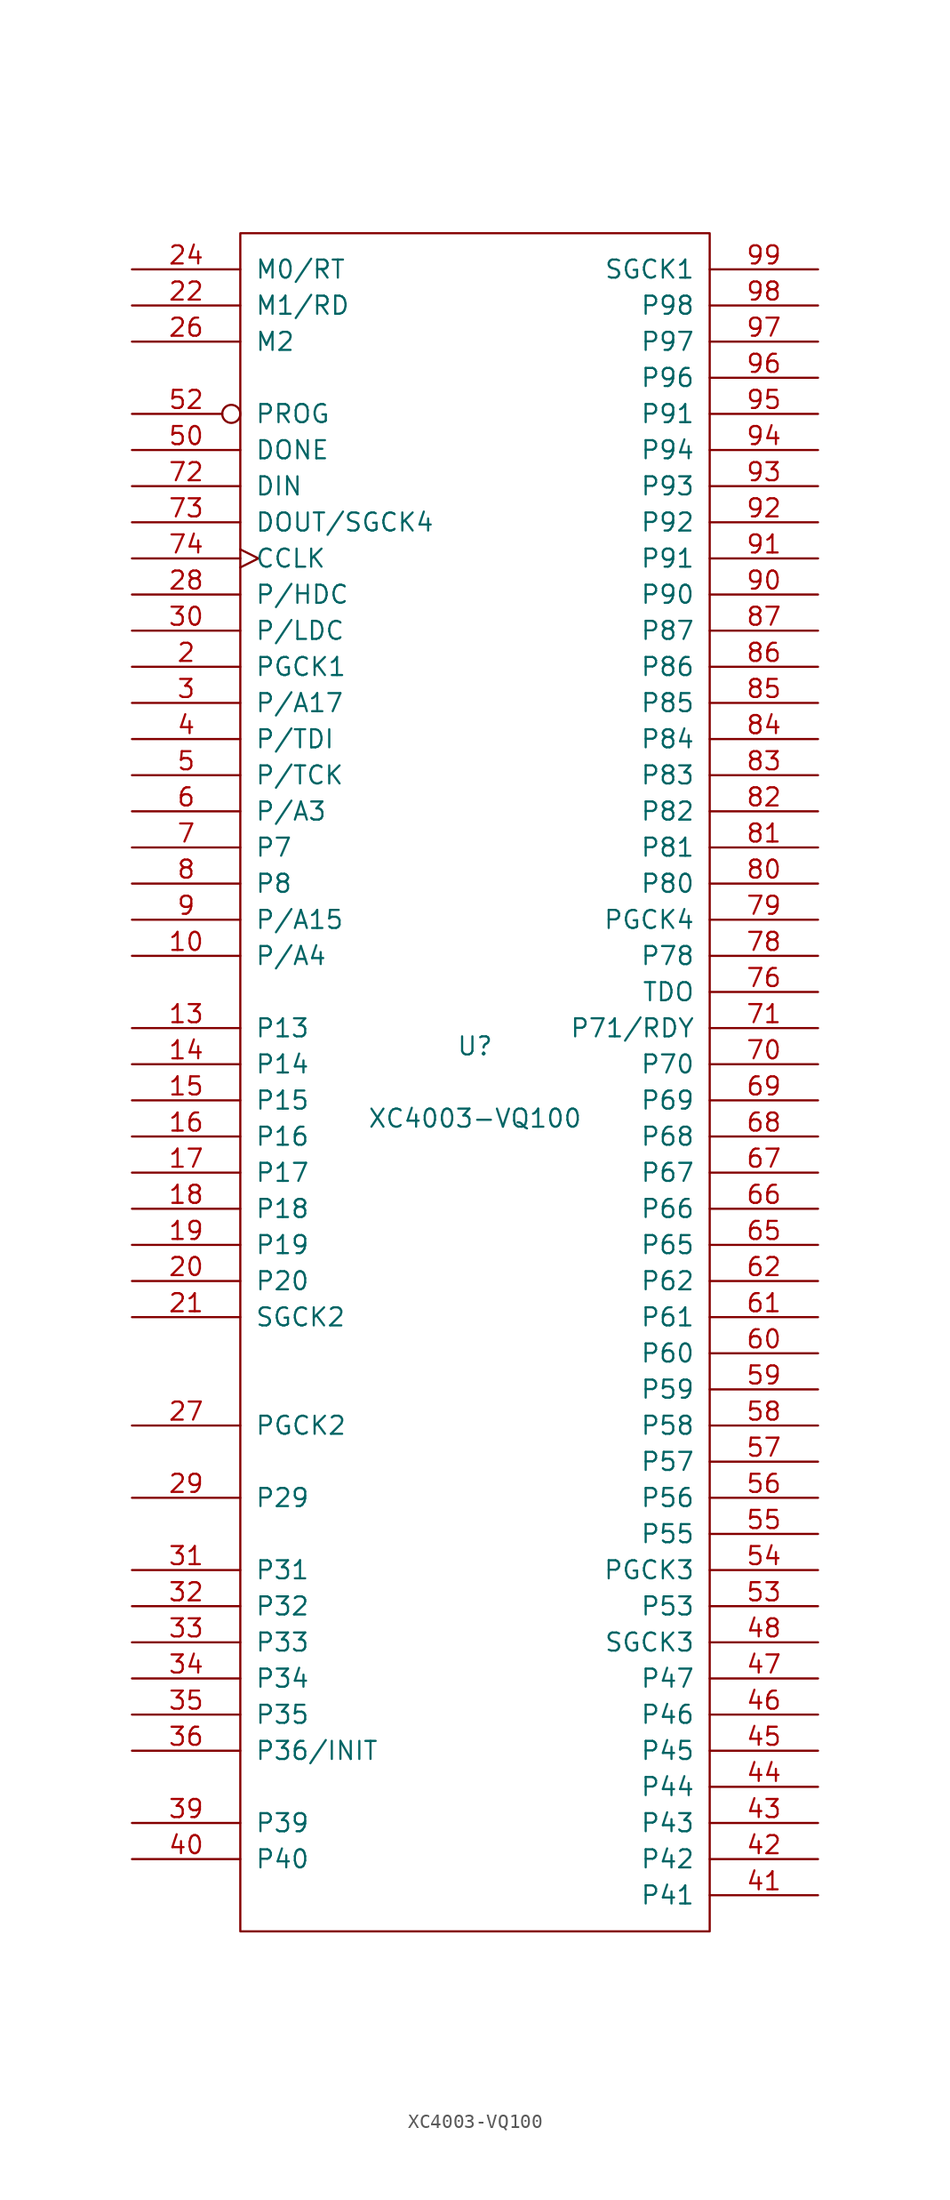
<source format=kicad_sym>
(kicad_symbol_lib
  (version 20211014)
  (generator kicad_symbol_editor)
  (symbol "XC4003-VQ100"
    (pin_names
      (offset 1.016))
    (property "Reference" "U"
      (at 0 2.54 0)
      (effects (font (size 1.27 1.27))))
    (property "Value" "XC4003-VQ100"
      (at 0 -2.54 0)
      (effects (font (size 1.27 1.27))))
    (symbol "XC4003-VQ100_0_1"
      (rectangle (start -16.51 -59.69) (end 16.51 59.69) (stroke (width 0) (type default) (color 0 0 0 0)) (fill (type none))))
    (symbol "XC4003-VQ100_1_1"
      (pin power_in line (at -13.97 -59.69 90) (length 0) hide (name "GND" (effects (font (size 1.27 1.27)))) (number "1" (effects (font (size 1.27 1.27)))))
      (pin passive line (at -24.13 8.89 0) (length 7.62) (name "P/A4" (effects (font (size 1.27 1.27)))) (number "10" (effects (font (size 1.27 1.27)))))
      (pin power_in line (at 3.81 59.69 270) (length 0) hide (name "VCC" (effects (font (size 1.27 1.27)))) (number "100" (effects (font (size 1.27 1.27)))))
      (pin power_in line (at -11.43 -59.69 90) (length 0) hide (name "GND" (effects (font (size 1.27 1.27)))) (number "11" (effects (font (size 1.27 1.27)))))
      (pin power_in line (at -13.97 59.69 270) (length 0) hide (name "VCC" (effects (font (size 1.27 1.27)))) (number "12" (effects (font (size 1.27 1.27)))))
      (pin bidirectional line (at -24.13 3.81 0) (length 7.62) (name "P13" (effects (font (size 1.27 1.27)))) (number "13" (effects (font (size 1.27 1.27)))))
      (pin passive line (at -24.13 1.27 0) (length 7.62) (name "P14" (effects (font (size 1.27 1.27)))) (number "14" (effects (font (size 1.27 1.27)))))
      (pin passive line (at -24.13 -1.27 0) (length 7.62) (name "P15" (effects (font (size 1.27 1.27)))) (number "15" (effects (font (size 1.27 1.27)))))
      (pin passive line (at -24.13 -3.81 0) (length 7.62) (name "P16" (effects (font (size 1.27 1.27)))) (number "16" (effects (font (size 1.27 1.27)))))
      (pin passive line (at -24.13 -6.35 0) (length 7.62) (name "P17" (effects (font (size 1.27 1.27)))) (number "17" (effects (font (size 1.27 1.27)))))
      (pin passive line (at -24.13 -8.89 0) (length 7.62) (name "P18" (effects (font (size 1.27 1.27)))) (number "18" (effects (font (size 1.27 1.27)))))
      (pin passive line (at -24.13 -11.43 0) (length 7.62) (name "P19" (effects (font (size 1.27 1.27)))) (number "19" (effects (font (size 1.27 1.27)))))
      (pin passive line (at -24.13 29.21 0) (length 7.62) (name "PGCK1" (effects (font (size 1.27 1.27)))) (number "2" (effects (font (size 1.27 1.27)))))
      (pin passive line (at -24.13 -13.97 0) (length 7.62) (name "P20" (effects (font (size 1.27 1.27)))) (number "20" (effects (font (size 1.27 1.27)))))
      (pin passive line (at -24.13 -16.51 0) (length 7.62) (name "SGCK2" (effects (font (size 1.27 1.27)))) (number "21" (effects (font (size 1.27 1.27)))))
      (pin input line (at -24.13 54.61 0) (length 7.62) (name "M1/RD" (effects (font (size 1.27 1.27)))) (number "22" (effects (font (size 1.27 1.27)))))
      (pin power_in line (at -8.89 -59.69 90) (length 0) hide (name "GND" (effects (font (size 1.27 1.27)))) (number "23" (effects (font (size 1.27 1.27)))))
      (pin input line (at -24.13 57.15 0) (length 7.62) (name "M0/RT" (effects (font (size 1.27 1.27)))) (number "24" (effects (font (size 1.27 1.27)))))
      (pin power_in line (at -11.43 59.69 270) (length 0) hide (name "VCC" (effects (font (size 1.27 1.27)))) (number "25" (effects (font (size 1.27 1.27)))))
      (pin passive line (at -24.13 52.07 0) (length 7.62) (name "M2" (effects (font (size 1.27 1.27)))) (number "26" (effects (font (size 1.27 1.27)))))
      (pin passive line (at -24.13 -24.13 0) (length 7.62) (name "PGCK2" (effects (font (size 1.27 1.27)))) (number "27" (effects (font (size 1.27 1.27)))))
      (pin passive line (at -24.13 34.29 0) (length 7.62) (name "P/HDC" (effects (font (size 1.27 1.27)))) (number "28" (effects (font (size 1.27 1.27)))))
      (pin passive line (at -24.13 -29.21 0) (length 7.62) (name "P29" (effects (font (size 1.27 1.27)))) (number "29" (effects (font (size 1.27 1.27)))))
      (pin passive line (at -24.13 26.67 0) (length 7.62) (name "P/A17" (effects (font (size 1.27 1.27)))) (number "3" (effects (font (size 1.27 1.27)))))
      (pin passive line (at -24.13 31.75 0) (length 7.62) (name "P/LDC" (effects (font (size 1.27 1.27)))) (number "30" (effects (font (size 1.27 1.27)))))
      (pin passive line (at -24.13 -34.29 0) (length 7.62) (name "P31" (effects (font (size 1.27 1.27)))) (number "31" (effects (font (size 1.27 1.27)))))
      (pin passive line (at -24.13 -36.83 0) (length 7.62) (name "P32" (effects (font (size 1.27 1.27)))) (number "32" (effects (font (size 1.27 1.27)))))
      (pin passive line (at -24.13 -39.37 0) (length 7.62) (name "P33" (effects (font (size 1.27 1.27)))) (number "33" (effects (font (size 1.27 1.27)))))
      (pin passive line (at -24.13 -41.91 0) (length 7.62) (name "P34" (effects (font (size 1.27 1.27)))) (number "34" (effects (font (size 1.27 1.27)))))
      (pin passive line (at -24.13 -44.45 0) (length 7.62) (name "P35" (effects (font (size 1.27 1.27)))) (number "35" (effects (font (size 1.27 1.27)))))
      (pin passive line (at -24.13 -46.99 0) (length 7.62) (name "P36/INIT" (effects (font (size 1.27 1.27)))) (number "36" (effects (font (size 1.27 1.27)))))
      (pin power_in line (at -8.89 59.69 270) (length 0) hide (name "VCC" (effects (font (size 1.27 1.27)))) (number "37" (effects (font (size 1.27 1.27)))))
      (pin power_in line (at -6.35 -59.69 90) (length 0) hide (name "GND" (effects (font (size 1.27 1.27)))) (number "38" (effects (font (size 1.27 1.27)))))
      (pin passive line (at -24.13 -52.07 0) (length 7.62) (name "P39" (effects (font (size 1.27 1.27)))) (number "39" (effects (font (size 1.27 1.27)))))
      (pin passive line (at -24.13 24.13 0) (length 7.62) (name "P/TDI" (effects (font (size 1.27 1.27)))) (number "4" (effects (font (size 1.27 1.27)))))
      (pin passive line (at -24.13 -54.61 0) (length 7.62) (name "P40" (effects (font (size 1.27 1.27)))) (number "40" (effects (font (size 1.27 1.27)))))
      (pin passive line (at 24.13 -57.15 180) (length 7.62) (name "P41" (effects (font (size 1.27 1.27)))) (number "41" (effects (font (size 1.27 1.27)))))
      (pin passive line (at 24.13 -54.61 180) (length 7.62) (name "P42" (effects (font (size 1.27 1.27)))) (number "42" (effects (font (size 1.27 1.27)))))
      (pin passive line (at 24.13 -52.07 180) (length 7.62) (name "P43" (effects (font (size 1.27 1.27)))) (number "43" (effects (font (size 1.27 1.27)))))
      (pin passive line (at 24.13 -49.53 180) (length 7.62) (name "P44" (effects (font (size 1.27 1.27)))) (number "44" (effects (font (size 1.27 1.27)))))
      (pin passive line (at 24.13 -46.99 180) (length 7.62) (name "P45" (effects (font (size 1.27 1.27)))) (number "45" (effects (font (size 1.27 1.27)))))
      (pin passive line (at 24.13 -44.45 180) (length 7.62) (name "P46" (effects (font (size 1.27 1.27)))) (number "46" (effects (font (size 1.27 1.27)))))
      (pin passive line (at 24.13 -41.91 180) (length 7.62) (name "P47" (effects (font (size 1.27 1.27)))) (number "47" (effects (font (size 1.27 1.27)))))
      (pin passive line (at 24.13 -39.37 180) (length 7.62) (name "SGCK3" (effects (font (size 1.27 1.27)))) (number "48" (effects (font (size 1.27 1.27)))))
      (pin power_in line (at -3.81 -59.69 90) (length 0) hide (name "GND" (effects (font (size 1.27 1.27)))) (number "49" (effects (font (size 1.27 1.27)))))
      (pin passive line (at -24.13 21.59 0) (length 7.62) (name "P/TCK" (effects (font (size 1.27 1.27)))) (number "5" (effects (font (size 1.27 1.27)))))
      (pin open_collector line (at -24.13 44.45 0) (length 7.62) (name "DONE" (effects (font (size 1.27 1.27)))) (number "50" (effects (font (size 1.27 1.27)))))
      (pin power_in line (at -6.35 59.69 270) (length 0) hide (name "VCC" (effects (font (size 1.27 1.27)))) (number "51" (effects (font (size 1.27 1.27)))))
      (pin input inverted (at -24.13 46.99 0) (length 7.62) (name "PROG" (effects (font (size 1.27 1.27)))) (number "52" (effects (font (size 1.27 1.27)))))
      (pin bidirectional line (at 24.13 -36.83 180) (length 7.62) (name "P53" (effects (font (size 1.27 1.27)))) (number "53" (effects (font (size 1.27 1.27)))))
      (pin bidirectional line (at 24.13 -34.29 180) (length 7.62) (name "PGCK3" (effects (font (size 1.27 1.27)))) (number "54" (effects (font (size 1.27 1.27)))))
      (pin passive line (at 24.13 -31.75 180) (length 7.62) (name "P55" (effects (font (size 1.27 1.27)))) (number "55" (effects (font (size 1.27 1.27)))))
      (pin bidirectional line (at 24.13 -29.21 180) (length 7.62) (name "P56" (effects (font (size 1.27 1.27)))) (number "56" (effects (font (size 1.27 1.27)))))
      (pin passive line (at 24.13 -26.67 180) (length 7.62) (name "P57" (effects (font (size 1.27 1.27)))) (number "57" (effects (font (size 1.27 1.27)))))
      (pin passive line (at 24.13 -24.13 180) (length 7.62) (name "P58" (effects (font (size 1.27 1.27)))) (number "58" (effects (font (size 1.27 1.27)))))
      (pin passive line (at 24.13 -21.59 180) (length 7.62) (name "P59" (effects (font (size 1.27 1.27)))) (number "59" (effects (font (size 1.27 1.27)))))
      (pin passive line (at -24.13 19.05 0) (length 7.62) (name "P/A3" (effects (font (size 1.27 1.27)))) (number "6" (effects (font (size 1.27 1.27)))))
      (pin passive line (at 24.13 -19.05 180) (length 7.62) (name "P60" (effects (font (size 1.27 1.27)))) (number "60" (effects (font (size 1.27 1.27)))))
      (pin passive line (at 24.13 -16.51 180) (length 7.62) (name "P61" (effects (font (size 1.27 1.27)))) (number "61" (effects (font (size 1.27 1.27)))))
      (pin passive line (at 24.13 -13.97 180) (length 7.62) (name "P62" (effects (font (size 1.27 1.27)))) (number "62" (effects (font (size 1.27 1.27)))))
      (pin power_in line (at -3.81 59.69 270) (length 0) hide (name "VCC" (effects (font (size 1.27 1.27)))) (number "63" (effects (font (size 1.27 1.27)))))
      (pin power_in line (at -1.27 -59.69 90) (length 0) hide (name "GND" (effects (font (size 1.27 1.27)))) (number "64" (effects (font (size 1.27 1.27)))))
      (pin passive line (at 24.13 -11.43 180) (length 7.62) (name "P65" (effects (font (size 1.27 1.27)))) (number "65" (effects (font (size 1.27 1.27)))))
      (pin passive line (at 24.13 -8.89 180) (length 7.62) (name "P66" (effects (font (size 1.27 1.27)))) (number "66" (effects (font (size 1.27 1.27)))))
      (pin passive line (at 24.13 -6.35 180) (length 7.62) (name "P67" (effects (font (size 1.27 1.27)))) (number "67" (effects (font (size 1.27 1.27)))))
      (pin passive line (at 24.13 -3.81 180) (length 7.62) (name "P68" (effects (font (size 1.27 1.27)))) (number "68" (effects (font (size 1.27 1.27)))))
      (pin passive line (at 24.13 -1.27 180) (length 7.62) (name "P69" (effects (font (size 1.27 1.27)))) (number "69" (effects (font (size 1.27 1.27)))))
      (pin passive line (at -24.13 16.51 0) (length 7.62) (name "P7" (effects (font (size 1.27 1.27)))) (number "7" (effects (font (size 1.27 1.27)))))
      (pin passive line (at 24.13 1.27 180) (length 7.62) (name "P70" (effects (font (size 1.27 1.27)))) (number "70" (effects (font (size 1.27 1.27)))))
      (pin passive line (at 24.13 3.81 180) (length 7.62) (name "P71/RDY" (effects (font (size 1.27 1.27)))) (number "71" (effects (font (size 1.27 1.27)))))
      (pin passive line (at -24.13 41.91 0) (length 7.62) (name "DIN" (effects (font (size 1.27 1.27)))) (number "72" (effects (font (size 1.27 1.27)))))
      (pin passive line (at -24.13 39.37 0) (length 7.62) (name "DOUT/SGCK4" (effects (font (size 1.27 1.27)))) (number "73" (effects (font (size 1.27 1.27)))))
      (pin input clock (at -24.13 36.83 0) (length 7.62) (name "CCLK" (effects (font (size 1.27 1.27)))) (number "74" (effects (font (size 1.27 1.27)))))
      (pin power_in line (at -1.27 59.69 270) (length 0) hide (name "VCC" (effects (font (size 1.27 1.27)))) (number "75" (effects (font (size 1.27 1.27)))))
      (pin output line (at 24.13 6.35 180) (length 7.62) (name "TDO" (effects (font (size 1.27 1.27)))) (number "76" (effects (font (size 1.27 1.27)))))
      (pin power_in line (at 1.27 -59.69 90) (length 0) hide (name "GND" (effects (font (size 1.27 1.27)))) (number "77" (effects (font (size 1.27 1.27)))))
      (pin passive line (at 24.13 8.89 180) (length 7.62) (name "P78" (effects (font (size 1.27 1.27)))) (number "78" (effects (font (size 1.27 1.27)))))
      (pin passive line (at 24.13 11.43 180) (length 7.62) (name "PGCK4" (effects (font (size 1.27 1.27)))) (number "79" (effects (font (size 1.27 1.27)))))
      (pin passive line (at -24.13 13.97 0) (length 7.62) (name "P8" (effects (font (size 1.27 1.27)))) (number "8" (effects (font (size 1.27 1.27)))))
      (pin passive line (at 24.13 13.97 180) (length 7.62) (name "P80" (effects (font (size 1.27 1.27)))) (number "80" (effects (font (size 1.27 1.27)))))
      (pin passive line (at 24.13 16.51 180) (length 7.62) (name "P81" (effects (font (size 1.27 1.27)))) (number "81" (effects (font (size 1.27 1.27)))))
      (pin passive line (at 24.13 19.05 180) (length 7.62) (name "P82" (effects (font (size 1.27 1.27)))) (number "82" (effects (font (size 1.27 1.27)))))
      (pin passive line (at 24.13 21.59 180) (length 7.62) (name "P83" (effects (font (size 1.27 1.27)))) (number "83" (effects (font (size 1.27 1.27)))))
      (pin passive line (at 24.13 24.13 180) (length 7.62) (name "P84" (effects (font (size 1.27 1.27)))) (number "84" (effects (font (size 1.27 1.27)))))
      (pin passive line (at 24.13 26.67 180) (length 7.62) (name "P85" (effects (font (size 1.27 1.27)))) (number "85" (effects (font (size 1.27 1.27)))))
      (pin passive line (at 24.13 29.21 180) (length 7.62) (name "P86" (effects (font (size 1.27 1.27)))) (number "86" (effects (font (size 1.27 1.27)))))
      (pin passive line (at 24.13 31.75 180) (length 7.62) (name "P87" (effects (font (size 1.27 1.27)))) (number "87" (effects (font (size 1.27 1.27)))))
      (pin power_in line (at 3.81 -59.69 90) (length 0) hide (name "GND" (effects (font (size 1.27 1.27)))) (number "88" (effects (font (size 1.27 1.27)))))
      (pin power_in line (at 1.27 59.69 270) (length 0) hide (name "VCC" (effects (font (size 1.27 1.27)))) (number "89" (effects (font (size 1.27 1.27)))))
      (pin passive line (at -24.13 11.43 0) (length 7.62) (name "P/A15" (effects (font (size 1.27 1.27)))) (number "9" (effects (font (size 1.27 1.27)))))
      (pin bidirectional line (at 24.13 34.29 180) (length 7.62) (name "P90" (effects (font (size 1.27 1.27)))) (number "90" (effects (font (size 1.27 1.27)))))
      (pin passive line (at 24.13 36.83 180) (length 7.62) (name "P91" (effects (font (size 1.27 1.27)))) (number "91" (effects (font (size 1.27 1.27)))))
      (pin passive line (at 24.13 39.37 180) (length 7.62) (name "P92" (effects (font (size 1.27 1.27)))) (number "92" (effects (font (size 1.27 1.27)))))
      (pin passive line (at 24.13 41.91 180) (length 7.62) (name "P93" (effects (font (size 1.27 1.27)))) (number "93" (effects (font (size 1.27 1.27)))))
      (pin passive line (at 24.13 44.45 180) (length 7.62) (name "P94" (effects (font (size 1.27 1.27)))) (number "94" (effects (font (size 1.27 1.27)))))
      (pin passive line (at 24.13 46.99 180) (length 7.62) (name "P91" (effects (font (size 1.27 1.27)))) (number "95" (effects (font (size 1.27 1.27)))))
      (pin passive line (at 24.13 49.53 180) (length 7.62) (name "P96" (effects (font (size 1.27 1.27)))) (number "96" (effects (font (size 1.27 1.27)))))
      (pin passive line (at 24.13 52.07 180) (length 7.62) (name "P97" (effects (font (size 1.27 1.27)))) (number "97" (effects (font (size 1.27 1.27)))))
      (pin bidirectional line (at 24.13 54.61 180) (length 7.62) (name "P98" (effects (font (size 1.27 1.27)))) (number "98" (effects (font (size 1.27 1.27)))))
      (pin bidirectional line (at 24.13 57.15 180) (length 7.62) (name "SGCK1" (effects (font (size 1.27 1.27)))) (number "99" (effects (font (size 1.27 1.27))))))))
</source>
